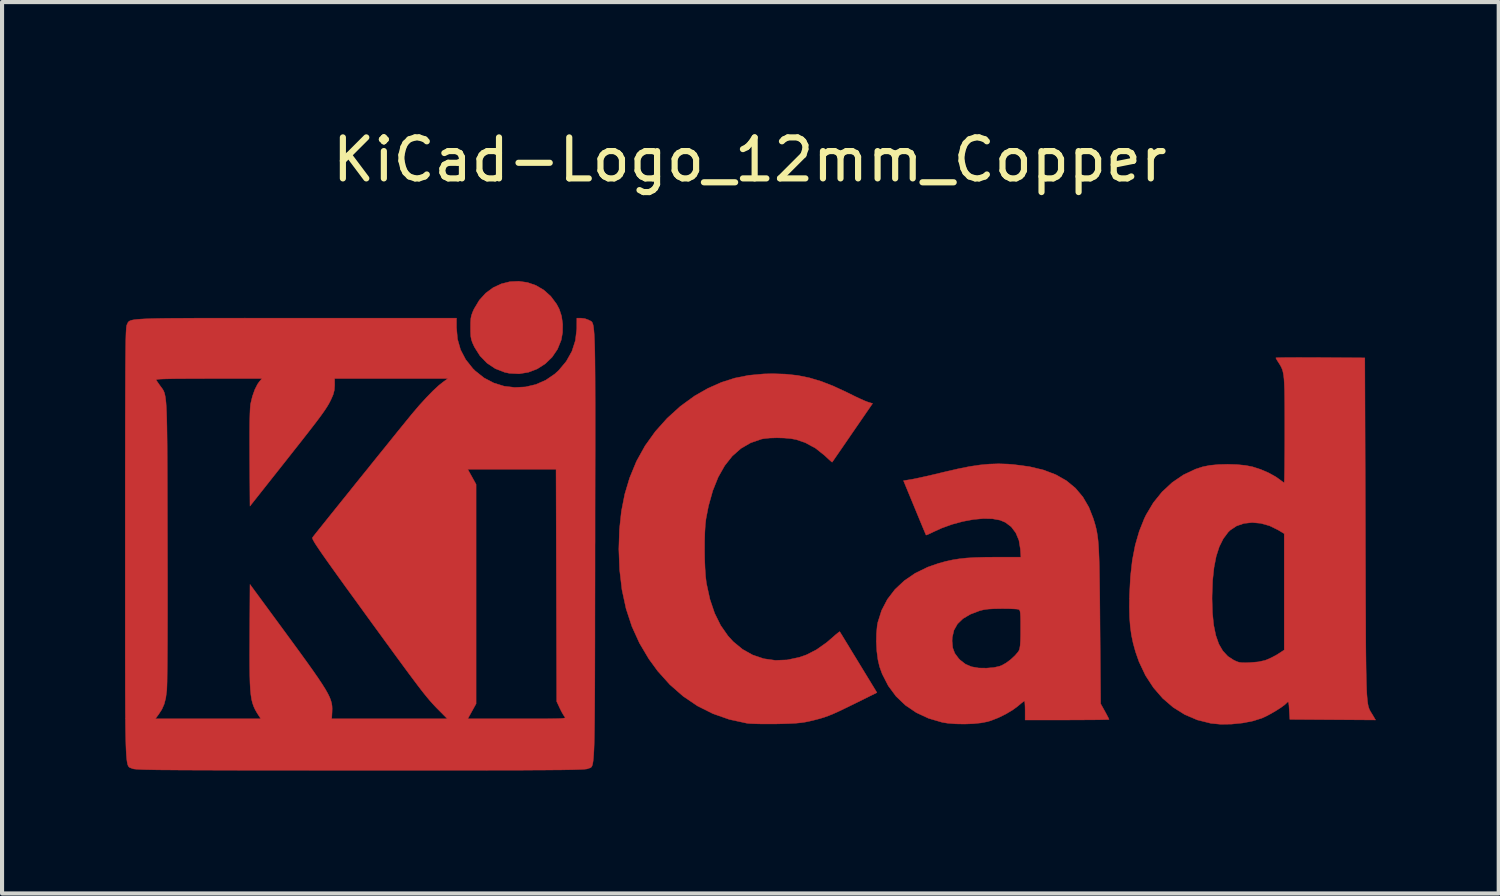
<source format=kicad_pcb>
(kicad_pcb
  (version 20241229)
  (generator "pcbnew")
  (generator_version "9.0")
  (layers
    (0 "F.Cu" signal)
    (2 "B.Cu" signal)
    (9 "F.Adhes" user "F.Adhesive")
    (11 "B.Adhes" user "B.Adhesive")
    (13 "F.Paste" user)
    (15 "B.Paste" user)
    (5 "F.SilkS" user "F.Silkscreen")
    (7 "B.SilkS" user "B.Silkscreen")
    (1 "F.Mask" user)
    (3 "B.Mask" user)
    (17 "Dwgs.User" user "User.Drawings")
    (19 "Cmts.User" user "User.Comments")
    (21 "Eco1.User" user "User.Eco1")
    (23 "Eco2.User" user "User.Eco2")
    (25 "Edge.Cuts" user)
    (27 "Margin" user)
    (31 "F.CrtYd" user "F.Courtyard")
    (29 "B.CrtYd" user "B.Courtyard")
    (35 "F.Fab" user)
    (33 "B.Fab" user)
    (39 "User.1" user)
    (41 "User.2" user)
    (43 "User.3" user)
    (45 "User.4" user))
  (footprint "KiCad-Logo_12mm_Copper"
    (layer "F.Cu")
    (at 15.245 9.738)
    (property "Reference" "KiCad-Logo_12mm_Copper" (at 0 -8.89 0) (layer "F.SilkS") (effects (font (size 1 1) (thickness 0.15))))
    (attr exclude_from_pos_files exclude_from_bom allow_missing_courtyard)
    (fp_poly (pts (xy -5.423 -5.895) (xy -5.218 -5.824) (xy -5.027 -5.712) (xy -4.856 -5.559) (xy -4.712 -5.366) (xy -4.648 -5.244) (xy -4.592 -5.073) (xy -4.565 -4.876) (xy -4.568 -4.674) (xy -4.601 -4.49) (xy -4.692 -4.266) (xy -4.824 -4.072) (xy -4.991 -3.911) (xy -5.185 -3.787) (xy -5.399 -3.705) (xy -5.628 -3.667) (xy -5.865 -3.679) (xy -5.981 -3.704) (xy -6.208 -3.792) (xy -6.41 -3.927) (xy -6.582 -4.104) (xy -6.718 -4.319) (xy -6.729 -4.343) (xy -6.769 -4.431) (xy -6.794 -4.505) (xy -6.808 -4.583) (xy -6.813 -4.684) (xy -6.814 -4.793) (xy -6.813 -4.925) (xy -6.806 -5.019) (xy -6.79 -5.096) (xy -6.762 -5.173) (xy -6.728 -5.249) (xy -6.599 -5.464) (xy -6.441 -5.638) (xy -6.259 -5.771) (xy -6.06 -5.863) (xy -5.85 -5.915) (xy -5.636 -5.925) (xy -5.423 -5.895)) (stroke (width 0.01) (type solid)) (fill yes) (layer "F.Cu"))
    (fp_poly (pts (xy 0.875 -3.659) (xy 1.17 -3.627) (xy 1.455 -3.569) (xy 1.743 -3.483) (xy 2.045 -3.365) (xy 2.372 -3.213) (xy 2.431 -3.184) (xy 2.566 -3.117) (xy 2.694 -3.057) (xy 2.801 -3.009) (xy 2.876 -2.98) (xy 2.887 -2.976) (xy 2.997 -2.943) (xy 2.506 -2.23) (xy 2.386 -2.055) (xy 2.277 -1.896) (xy 2.181 -1.757) (xy 2.103 -1.644) (xy 2.047 -1.562) (xy 2.015 -1.517) (xy 2.01 -1.51) (xy 1.99 -1.525) (xy 1.939 -1.57) (xy 1.867 -1.636) (xy 1.827 -1.674) (xy 1.603 -1.852) (xy 1.351 -1.988) (xy 1.133 -2.062) (xy 1.003 -2.086) (xy 0.84 -2.1) (xy 0.663 -2.105) (xy 0.491 -2.1) (xy 0.345 -2.085) (xy 0.286 -2.074) (xy 0.022 -1.983) (xy -0.216 -1.845) (xy -0.427 -1.659) (xy -0.612 -1.425) (xy -0.771 -1.144) (xy -0.902 -0.817) (xy -1.007 -0.443) (xy -1.069 -0.123) (xy -1.085 0.018) (xy -1.096 0.201) (xy -1.102 0.412) (xy -1.103 0.637) (xy -1.1 0.865) (xy -1.091 1.081) (xy -1.078 1.273) (xy -1.06 1.428) (xy -1.056 1.452) (xy -0.972 1.836) (xy -0.857 2.176) (xy -0.71 2.473) (xy -0.531 2.729) (xy -0.404 2.868) (xy -0.176 3.056) (xy 0.073 3.195) (xy 0.341 3.285) (xy 0.623 3.325) (xy 0.913 3.314) (xy 1.209 3.251) (xy 1.384 3.19) (xy 1.626 3.066) (xy 1.876 2.89) (xy 2.016 2.77) (xy 2.094 2.701) (xy 2.156 2.651) (xy 2.191 2.626) (xy 2.195 2.625) (xy 2.211 2.65) (xy 2.252 2.716) (xy 2.314 2.818) (xy 2.394 2.949) (xy 2.488 3.104) (xy 2.594 3.277) (xy 2.653 3.374) (xy 3.103 4.112) (xy 2.541 4.39) (xy 2.338 4.489) (xy 2.174 4.568) (xy 2.038 4.629) (xy 1.921 4.677) (xy 1.812 4.716) (xy 1.701 4.749) (xy 1.579 4.781) (xy 1.461 4.809) (xy 1.357 4.831) (xy 1.248 4.847) (xy 1.123 4.859) (xy 0.972 4.867) (xy 0.783 4.873) (xy 0.655 4.876) (xy 0.474 4.877) (xy 0.3 4.877) (xy 0.144 4.873) (xy 0.02 4.868) (xy -0.063 4.861) (xy -0.068 4.86) (xy -0.497 4.767) (xy -0.9 4.626) (xy -1.276 4.438) (xy -1.626 4.201) (xy -1.95 3.917) (xy -2.247 3.586) (xy -2.462 3.291) (xy -2.691 2.905) (xy -2.876 2.498) (xy -3.018 2.066) (xy -3.118 1.605) (xy -3.176 1.113) (xy -3.195 0.614) (xy -3.18 0.131) (xy -3.132 -0.315) (xy -3.05 -0.731) (xy -2.932 -1.125) (xy -2.777 -1.503) (xy -2.759 -1.543) (xy -2.555 -1.91) (xy -2.305 -2.259) (xy -2.015 -2.583) (xy -1.693 -2.875) (xy -1.346 -3.127) (xy -1.022 -3.312) (xy -0.695 -3.457) (xy -0.368 -3.562) (xy -0.027 -3.63) (xy 0.34 -3.664) (xy 0.56 -3.669) (xy 0.875 -3.659)) (stroke (width 0.01) (type solid)) (fill yes) (layer "F.Cu"))
    (fp_poly (pts (xy 13.611 -4.064) (xy 13.843 -4.063) (xy 13.922 -4.063) (xy 15.008 -4.056) (xy 15.022 0.109) (xy 15.023 0.674) (xy 15.025 1.187) (xy 15.026 1.65) (xy 15.028 2.067) (xy 15.03 2.44) (xy 15.031 2.772) (xy 15.033 3.064) (xy 15.036 3.321) (xy 15.039 3.544) (xy 15.043 3.737) (xy 15.047 3.901) (xy 15.052 4.04) (xy 15.058 4.157) (xy 15.066 4.253) (xy 15.074 4.331) (xy 15.083 4.395) (xy 15.094 4.447) (xy 15.107 4.489) (xy 15.12 4.524) (xy 15.136 4.555) (xy 15.153 4.585) (xy 15.172 4.615) (xy 15.193 4.649) (xy 15.198 4.657) (xy 15.27 4.78) (xy 14.224 4.773) (xy 13.178 4.766) (xy 13.164 4.536) (xy 13.157 4.426) (xy 13.149 4.362) (xy 13.139 4.337) (xy 13.123 4.342) (xy 13.11 4.356) (xy 13.052 4.41) (xy 12.959 4.478) (xy 12.842 4.553) (xy 12.715 4.627) (xy 12.592 4.692) (xy 12.498 4.735) (xy 12.276 4.805) (xy 12.022 4.854) (xy 11.754 4.881) (xy 11.491 4.885) (xy 11.252 4.862) (xy 11.248 4.861) (xy 10.92 4.779) (xy 10.614 4.648) (xy 10.331 4.471) (xy 10.075 4.251) (xy 9.849 3.99) (xy 9.655 3.692) (xy 9.498 3.36) (xy 9.412 3.114) (xy 9.355 2.907) (xy 9.313 2.708) (xy 9.285 2.503) (xy 9.268 2.28) (xy 9.262 2.027) (xy 9.265 1.821) (xy 11.28 1.821) (xy 11.29 2.167) (xy 11.32 2.464) (xy 11.372 2.717) (xy 11.445 2.926) (xy 11.543 3.094) (xy 11.664 3.225) (xy 11.805 3.317) (xy 11.878 3.352) (xy 11.941 3.373) (xy 12.011 3.382) (xy 12.106 3.383) (xy 12.208 3.379) (xy 12.409 3.362) (xy 12.568 3.327) (xy 12.618 3.309) (xy 12.732 3.258) (xy 12.852 3.194) (xy 12.905 3.161) (xy 13.041 3.072) (xy 13.041 0.233) (xy 12.891 0.143) (xy 12.682 0.041) (xy 12.468 -0.019) (xy 12.257 -0.038) (xy 12.057 -0.016) (xy 11.877 0.046) (xy 11.723 0.149) (xy 11.673 0.198) (xy 11.553 0.359) (xy 11.456 0.554) (xy 11.381 0.787) (xy 11.328 1.06) (xy 11.294 1.377) (xy 11.281 1.742) (xy 11.28 1.821) (xy 9.265 1.821) (xy 9.266 1.735) (xy 9.289 1.285) (xy 9.335 0.88) (xy 9.406 0.512) (xy 9.503 0.177) (xy 9.626 -0.132) (xy 9.67 -0.223) (xy 9.848 -0.522) (xy 10.062 -0.787) (xy 10.308 -1.015) (xy 10.581 -1.201) (xy 10.877 -1.341) (xy 11.053 -1.398) (xy 11.227 -1.433) (xy 11.436 -1.453) (xy 11.663 -1.459) (xy 11.89 -1.452) (xy 12.1 -1.431) (xy 12.268 -1.398) (xy 12.469 -1.333) (xy 12.663 -1.249) (xy 12.833 -1.155) (xy 12.924 -1.091) (xy 12.986 -1.044) (xy 13.03 -1.015) (xy 13.04 -1.011) (xy 13.043 -1.037) (xy 13.046 -1.113) (xy 13.048 -1.232) (xy 13.051 -1.391) (xy 13.052 -1.582) (xy 13.054 -1.801) (xy 13.055 -2.043) (xy 13.055 -2.29) (xy 13.055 -2.606) (xy 13.054 -2.872) (xy 13.052 -3.093) (xy 13.049 -3.276) (xy 13.043 -3.424) (xy 13.036 -3.543) (xy 13.025 -3.638) (xy 13.011 -3.713) (xy 12.993 -3.775) (xy 12.97 -3.828) (xy 12.943 -3.878) (xy 12.911 -3.929) (xy 12.907 -3.935) (xy 12.865 -4.001) (xy 12.84 -4.046) (xy 12.837 -4.056) (xy 12.863 -4.059) (xy 12.938 -4.061) (xy 13.056 -4.063) (xy 13.212 -4.064) (xy 13.399 -4.065) (xy 13.611 -4.064)) (stroke (width 0.01) (type solid)) (fill yes) (layer "F.Cu"))
    (fp_poly (pts (xy 6.301 -1.464) (xy 6.436 -1.453) (xy 6.823 -1.402) (xy 7.166 -1.32) (xy 7.467 -1.206) (xy 7.726 -1.059) (xy 7.946 -0.878) (xy 8.128 -0.662) (xy 8.275 -0.41) (xy 8.382 -0.137) (xy 8.409 -0.049) (xy 8.433 0.032) (xy 8.453 0.113) (xy 8.47 0.196) (xy 8.485 0.288) (xy 8.498 0.391) (xy 8.508 0.511) (xy 8.516 0.651) (xy 8.523 0.817) (xy 8.529 1.012) (xy 8.533 1.242) (xy 8.537 1.509) (xy 8.541 1.82) (xy 8.544 2.178) (xy 8.546 2.458) (xy 8.562 4.384) (xy 8.665 4.569) (xy 8.713 4.658) (xy 8.749 4.727) (xy 8.766 4.764) (xy 8.767 4.767) (xy 8.741 4.77) (xy 8.666 4.772) (xy 8.548 4.775) (xy 8.394 4.777) (xy 8.209 4.778) (xy 7.999 4.779) (xy 7.77 4.78) (xy 7.743 4.78) (xy 6.719 4.78) (xy 6.719 4.547) (xy 6.717 4.443) (xy 6.712 4.362) (xy 6.706 4.319) (xy 6.703 4.315) (xy 6.676 4.332) (xy 6.62 4.376) (xy 6.547 4.437) (xy 6.546 4.439) (xy 6.413 4.537) (xy 6.246 4.636) (xy 6.063 4.726) (xy 5.883 4.796) (xy 5.804 4.82) (xy 5.646 4.851) (xy 5.452 4.871) (xy 5.241 4.879) (xy 5.029 4.875) (xy 4.834 4.86) (xy 4.698 4.838) (xy 4.363 4.74) (xy 4.063 4.6) (xy 3.797 4.42) (xy 3.569 4.202) (xy 3.38 3.947) (xy 3.232 3.658) (xy 3.168 3.482) (xy 3.128 3.312) (xy 3.101 3.107) (xy 3.089 2.886) (xy 3.089 2.854) (xy 4.937 2.854) (xy 4.952 3.018) (xy 5.003 3.154) (xy 5.097 3.28) (xy 5.133 3.317) (xy 5.262 3.417) (xy 5.411 3.481) (xy 5.589 3.512) (xy 5.777 3.515) (xy 5.955 3.5) (xy 6.091 3.47) (xy 6.15 3.448) (xy 6.257 3.387) (xy 6.37 3.303) (xy 6.473 3.207) (xy 6.55 3.116) (xy 6.571 3.082) (xy 6.586 3.035) (xy 6.598 2.96) (xy 6.605 2.851) (xy 6.609 2.699) (xy 6.609 2.554) (xy 6.609 2.386) (xy 6.607 2.264) (xy 6.602 2.181) (xy 6.595 2.128) (xy 6.583 2.099) (xy 6.567 2.084) (xy 6.562 2.082) (xy 6.518 2.074) (xy 6.431 2.069) (xy 6.312 2.064) (xy 6.175 2.063) (xy 6.145 2.063) (xy 5.961 2.066) (xy 5.819 2.074) (xy 5.707 2.09) (xy 5.613 2.113) (xy 5.382 2.201) (xy 5.201 2.308) (xy 5.068 2.437) (xy 4.982 2.59) (xy 4.941 2.768) (xy 4.937 2.854) (xy 3.089 2.854) (xy 3.092 2.67) (xy 3.11 2.476) (xy 3.125 2.397) (xy 3.217 2.106) (xy 3.357 1.838) (xy 3.542 1.596) (xy 3.77 1.382) (xy 4.037 1.199) (xy 4.343 1.05) (xy 4.602 0.96) (xy 4.775 0.912) (xy 4.941 0.875) (xy 5.11 0.848) (xy 5.293 0.828) (xy 5.501 0.816) (xy 5.744 0.809) (xy 5.964 0.807) (xy 6.616 0.806) (xy 6.603 0.61) (xy 6.568 0.397) (xy 6.492 0.215) (xy 6.38 0.066) (xy 6.234 -0.043) (xy 6.106 -0.096) (xy 5.922 -0.13) (xy 5.703 -0.135) (xy 5.46 -0.113) (xy 5.202 -0.065) (xy 4.939 0.006) (xy 4.683 0.098) (xy 4.497 0.183) (xy 4.407 0.226) (xy 4.339 0.257) (xy 4.304 0.268) (xy 4.302 0.268) (xy 4.29 0.242) (xy 4.26 0.171) (xy 4.215 0.064) (xy 4.158 -0.074) (xy 4.091 -0.235) (xy 4.023 -0.4) (xy 3.751 -1.059) (xy 3.944 -1.09) (xy 4.028 -1.106) (xy 4.154 -1.133) (xy 4.312 -1.168) (xy 4.49 -1.209) (xy 4.677 -1.254) (xy 4.752 -1.272) (xy 5.076 -1.347) (xy 5.359 -1.404) (xy 5.613 -1.442) (xy 5.847 -1.464) (xy 6.073 -1.471) (xy 6.301 -1.464)) (stroke (width 0.01) (type solid)) (fill yes) (layer "F.Cu"))
    (fp_poly (pts (xy -11.847 -5.025) (xy -11.321 -5.025) (xy -11.076 -5.025) (xy -7.156 -5.025) (xy -7.156 -4.794) (xy -7.131 -4.513) (xy -7.057 -4.254) (xy -6.932 -4.015) (xy -6.756 -3.794) (xy -6.696 -3.735) (xy -6.482 -3.566) (xy -6.246 -3.443) (xy -5.995 -3.365) (xy -5.735 -3.334) (xy -5.475 -3.347) (xy -5.221 -3.406) (xy -4.98 -3.511) (xy -4.76 -3.661) (xy -4.661 -3.751) (xy -4.476 -3.973) (xy -4.34 -4.216) (xy -4.255 -4.479) (xy -4.222 -4.759) (xy -4.221 -4.786) (xy -4.22 -5.025) (xy -4.115 -5.025) (xy -4.021 -5.013) (xy -3.936 -4.982) (xy -3.931 -4.979) (xy -3.912 -4.969) (xy -3.894 -4.961) (xy -3.878 -4.953) (xy -3.863 -4.943) (xy -3.85 -4.928) (xy -3.838 -4.907) (xy -3.827 -4.876) (xy -3.817 -4.834) (xy -3.809 -4.778) (xy -3.802 -4.707) (xy -3.795 -4.617) (xy -3.79 -4.507) (xy -3.785 -4.374) (xy -3.781 -4.216) (xy -3.778 -4.031) (xy -3.776 -3.817) (xy -3.774 -3.571) (xy -3.773 -3.29) (xy -3.772 -2.974) (xy -3.772 -2.619) (xy -3.772 -2.223) (xy -3.772 -1.784) (xy -3.773 -1.3) (xy -3.774 -0.769) (xy -3.775 -0.187) (xy -3.775 0.446) (xy -3.776 0.524) (xy -3.776 1.161) (xy -3.777 1.747) (xy -3.778 2.282) (xy -3.778 2.769) (xy -3.779 3.211) (xy -3.78 3.609) (xy -3.781 3.967) (xy -3.783 4.285) (xy -3.785 4.568) (xy -3.787 4.815) (xy -3.79 5.031) (xy -3.793 5.217) (xy -3.797 5.376) (xy -3.802 5.509) (xy -3.808 5.62) (xy -3.815 5.709) (xy -3.822 5.781) (xy -3.831 5.836) (xy -3.84 5.877) (xy -3.851 5.906) (xy -3.863 5.926) (xy -3.877 5.939) (xy -3.892 5.948) (xy -3.908 5.953) (xy -3.926 5.958) (xy -3.946 5.965) (xy -3.95 5.968) (xy -3.965 5.973) (xy -3.991 5.977) (xy -4.028 5.981) (xy -4.08 5.985) (xy -4.148 5.988) (xy -4.236 5.991) (xy -4.344 5.994) (xy -4.476 5.996) (xy -4.633 5.999) (xy -4.818 6) (xy -5.033 6.002) (xy -5.28 6.003) (xy -5.561 6.005) (xy -5.878 6.006) (xy -6.234 6.006) (xy -6.631 6.007) (xy -7.071 6.007) (xy -7.556 6.008) (xy -8.088 6.008) (xy -8.67 6.008) (xy -9.303 6.008) (xy -9.509 6.008) (xy -10.156 6.008) (xy -10.752 6.008) (xy -11.297 6.007) (xy -11.794 6.007) (xy -12.245 6.007) (xy -12.653 6.006) (xy -13.02 6.005) (xy -13.347 6.004) (xy -13.638 6.003) (xy -13.894 6.002) (xy -14.117 6) (xy -14.31 5.999) (xy -14.476 5.997) (xy -14.615 5.994) (xy -14.731 5.992) (xy -14.826 5.989) (xy -14.901 5.985) (xy -14.96 5.982) (xy -15.003 5.978) (xy -15.035 5.974) (xy -15.056 5.969) (xy -15.067 5.965) (xy -15.088 5.956) (xy -15.107 5.95) (xy -15.124 5.943) (xy -15.139 5.935) (xy -15.154 5.921) (xy -15.166 5.902) (xy -15.178 5.873) (xy -15.188 5.832) (xy -15.197 5.779) (xy -15.205 5.709) (xy -15.212 5.622) (xy -15.218 5.514) (xy -15.223 5.383) (xy -15.227 5.228) (xy -15.231 5.045) (xy -15.234 4.834) (xy -15.234 4.752) (xy -14.505 4.752) (xy -11.929 4.752) (xy -11.979 4.677) (xy -12.028 4.6) (xy -12.07 4.526) (xy -12.104 4.452) (xy -12.133 4.37) (xy -12.156 4.277) (xy -12.173 4.166) (xy -12.186 4.034) (xy -12.195 3.875) (xy -12.2 3.683) (xy -12.203 3.454) (xy -12.204 3.182) (xy -12.202 2.863) (xy -12.202 2.744) (xy -12.195 1.472) (xy -11.389 2.569) (xy -11.161 2.88) (xy -10.963 3.151) (xy -10.794 3.385) (xy -10.65 3.587) (xy -10.531 3.759) (xy -10.434 3.905) (xy -10.357 4.028) (xy -10.297 4.133) (xy -10.253 4.223) (xy -10.223 4.302) (xy -10.203 4.372) (xy -10.193 4.439) (xy -10.19 4.504) (xy -10.192 4.573) (xy -10.192 4.581) (xy -10.201 4.752) (xy -8.789 4.752) (xy -7.378 4.752) (xy -7.588 4.54) (xy -7.645 4.483) (xy -7.699 4.426) (xy -7.752 4.368) (xy -7.807 4.306) (xy -7.867 4.235) (xy -7.933 4.154) (xy -8.008 4.059) (xy -8.094 3.947) (xy -8.194 3.814) (xy -8.31 3.659) (xy -8.445 3.476) (xy -8.6 3.265) (xy -8.779 3.02) (xy -8.983 2.74) (xy -9.215 2.422) (xy -9.405 2.16) (xy -9.643 1.831) (xy -9.852 1.544) (xy -10.031 1.295) (xy -10.184 1.082) (xy -10.312 0.902) (xy -10.417 0.753) (xy -10.501 0.631) (xy -10.566 0.534) (xy -10.614 0.46) (xy -10.646 0.404) (xy -10.665 0.366) (xy -10.673 0.342) (xy -10.67 0.329) (xy -10.644 0.295) (xy -10.587 0.222) (xy -10.502 0.116) (xy -10.393 -0.02) (xy -10.264 -0.181) (xy -10.118 -0.363) (xy -9.958 -0.562) (xy -9.788 -0.773) (xy -9.612 -0.993) (xy -9.432 -1.216) (xy -9.333 -1.338) (xy -6.882 -1.338) (xy -6.678 -0.97) (xy -6.678 4.384) (xy -6.882 4.752) (xy -5.676 4.752) (xy -5.388 4.752) (xy -5.151 4.752) (xy -4.958 4.751) (xy -4.807 4.749) (xy -4.693 4.747) (xy -4.61 4.744) (xy -4.554 4.739) (xy -4.521 4.733) (xy -4.507 4.725) (xy -4.506 4.715) (xy -4.515 4.704) (xy -4.515 4.704) (xy -4.549 4.654) (xy -4.595 4.573) (xy -4.635 4.492) (xy -4.711 4.329) (xy -4.719 1.495) (xy -4.727 -1.338) (xy -6.882 -1.338) (xy -9.333 -1.338) (xy -9.253 -1.438) (xy -9.078 -1.656) (xy -8.909 -1.864) (xy -8.752 -2.059) (xy -8.609 -2.237) (xy -8.483 -2.392) (xy -8.378 -2.521) (xy -8.298 -2.619) (xy -8.251 -2.677) (xy -8.069 -2.891) (xy -7.893 -3.084) (xy -7.731 -3.25) (xy -7.588 -3.383) (xy -7.486 -3.464) (xy -7.366 -3.551) (xy -10.13 -3.551) (xy -10.129 -3.388) (xy -10.137 -3.269) (xy -10.166 -3.159) (xy -10.211 -3.054) (xy -10.24 -2.995) (xy -10.271 -2.936) (xy -10.308 -2.874) (xy -10.352 -2.805) (xy -10.408 -2.724) (xy -10.476 -2.629) (xy -10.562 -2.514) (xy -10.667 -2.377) (xy -10.794 -2.213) (xy -10.946 -2.019) (xy -11.127 -1.79) (xy -11.338 -1.522) (xy -11.362 -1.492) (xy -12.195 -0.439) (xy -12.203 -1.605) (xy -12.204 -1.955) (xy -12.204 -2.251) (xy -12.202 -2.494) (xy -12.197 -2.686) (xy -12.191 -2.826) (xy -12.183 -2.917) (xy -12.18 -2.935) (xy -12.136 -3.117) (xy -12.078 -3.281) (xy -12.011 -3.413) (xy -11.972 -3.469) (xy -11.903 -3.551) (xy -13.204 -3.551) (xy -13.515 -3.55) (xy -13.774 -3.549) (xy -13.987 -3.548) (xy -14.156 -3.545) (xy -14.286 -3.542) (xy -14.38 -3.538) (xy -14.442 -3.533) (xy -14.476 -3.526) (xy -14.486 -3.518) (xy -14.485 -3.516) (xy -14.458 -3.475) (xy -14.412 -3.409) (xy -14.388 -3.375) (xy -14.363 -3.342) (xy -14.341 -3.312) (xy -14.321 -3.283) (xy -14.304 -3.252) (xy -14.288 -3.215) (xy -14.275 -3.17) (xy -14.263 -3.114) (xy -14.253 -3.043) (xy -14.244 -2.956) (xy -14.237 -2.849) (xy -14.231 -2.719) (xy -14.226 -2.563) (xy -14.222 -2.379) (xy -14.219 -2.162) (xy -14.216 -1.912) (xy -14.215 -1.623) (xy -14.213 -1.295) (xy -14.212 -0.922) (xy -14.211 -0.504) (xy -14.21 -0.036) (xy -14.209 0.393) (xy -14.208 0.872) (xy -14.207 1.329) (xy -14.207 1.761) (xy -14.207 2.166) (xy -14.208 2.539) (xy -14.209 2.879) (xy -14.211 3.182) (xy -14.213 3.446) (xy -14.216 3.668) (xy -14.218 3.844) (xy -14.222 3.971) (xy -14.225 4.048) (xy -14.226 4.056) (xy -14.25 4.242) (xy -14.288 4.391) (xy -14.345 4.521) (xy -14.428 4.649) (xy -14.439 4.663) (xy -14.505 4.752) (xy -15.234 4.752) (xy -15.236 4.59) (xy -15.237 4.313) (xy -15.239 3.999) (xy -15.239 3.648) (xy -15.24 3.255) (xy -15.24 2.82) (xy -15.24 2.339) (xy -15.24 1.811) (xy -15.24 1.234) (xy -15.24 0.604) (xy -15.24 0.479) (xy -15.24 -0.157) (xy -15.24 -0.741) (xy -15.24 -1.274) (xy -15.239 -1.76) (xy -15.239 -2.2) (xy -15.238 -2.597) (xy -15.237 -2.952) (xy -15.236 -3.269) (xy -15.235 -3.549) (xy -15.234 -3.794) (xy -15.232 -4.008) (xy -15.23 -4.191) (xy -15.228 -4.346) (xy -15.226 -4.477) (xy -15.223 -4.583) (xy -15.22 -4.669) (xy -15.216 -4.736) (xy -15.213 -4.787) (xy -15.208 -4.823) (xy -15.204 -4.848) (xy -15.199 -4.862) (xy -15.199 -4.862) (xy -15.188 -4.885) (xy -15.18 -4.905) (xy -15.17 -4.923) (xy -15.157 -4.939) (xy -15.138 -4.953) (xy -15.11 -4.966) (xy -15.071 -4.977) (xy -15.017 -4.987) (xy -14.947 -4.995) (xy -14.858 -5.002) (xy -14.746 -5.008) (xy -14.61 -5.013) (xy -14.447 -5.017) (xy -14.254 -5.02) (xy -14.029 -5.022) (xy -13.768 -5.023) (xy -13.47 -5.025) (xy -13.131 -5.025) (xy -12.75 -5.025) (xy -12.323 -5.026) (xy -11.847 -5.025)) (stroke (width 0.01) (type solid)) (fill yes) (layer "F.Cu")))
  (gr_rect
    (start -3 -3)
    (end 33.52 18.751)
    (stroke (width 0.1) (type default))
    (fill no)
    (layer "Edge.Cuts")))
</source>
